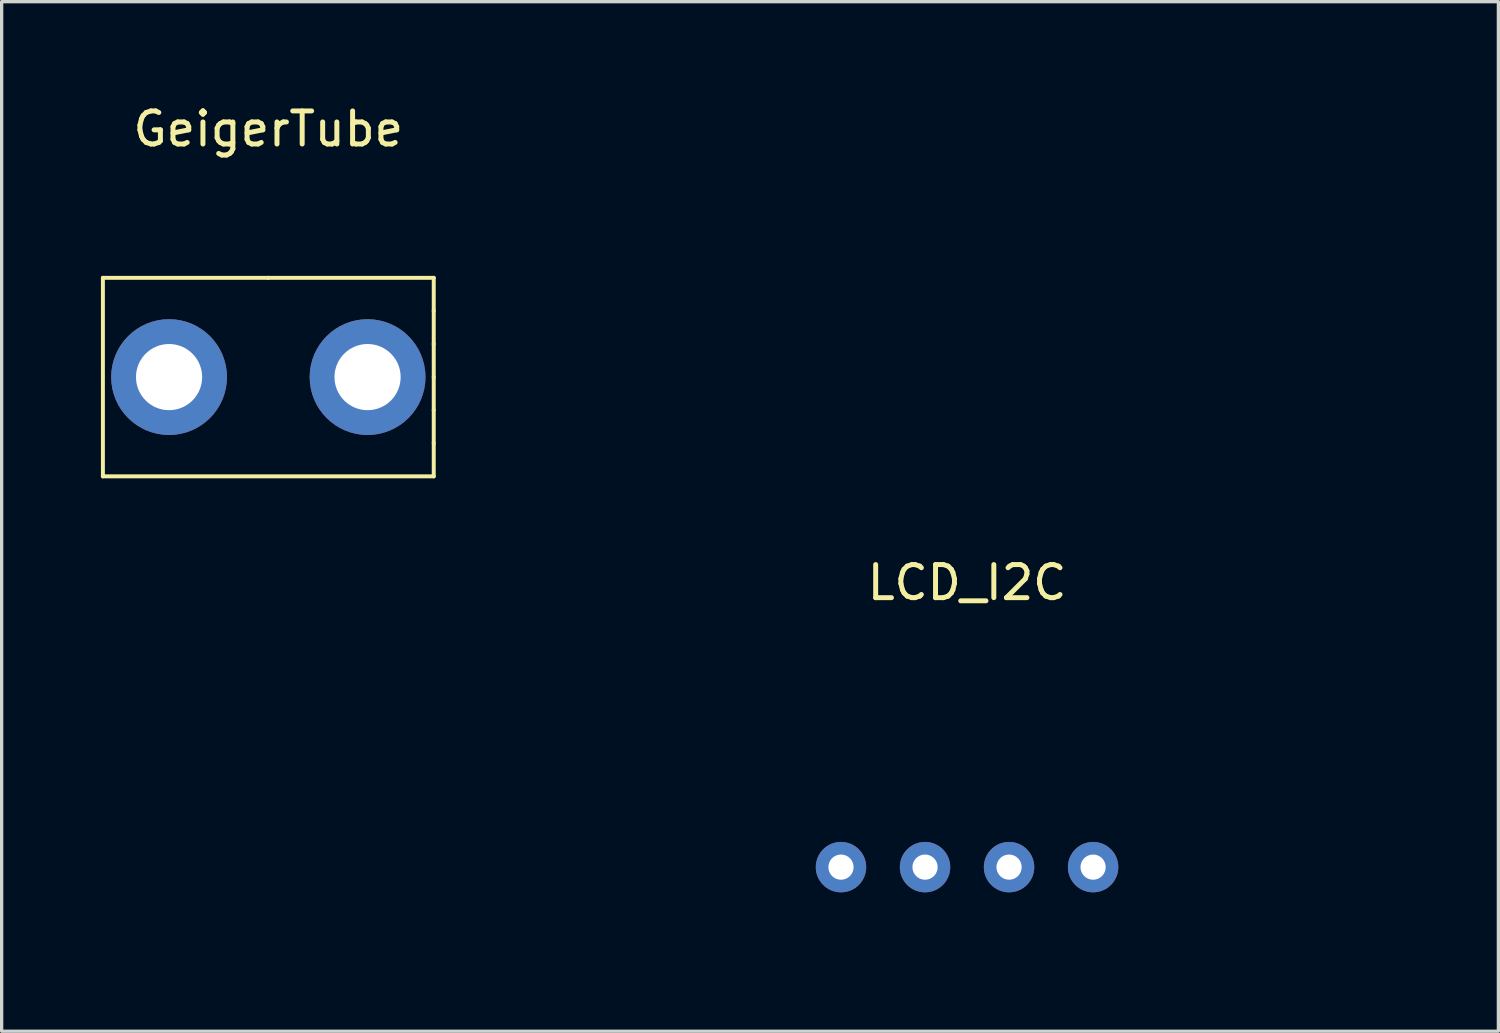
<source format=kicad_pcb>
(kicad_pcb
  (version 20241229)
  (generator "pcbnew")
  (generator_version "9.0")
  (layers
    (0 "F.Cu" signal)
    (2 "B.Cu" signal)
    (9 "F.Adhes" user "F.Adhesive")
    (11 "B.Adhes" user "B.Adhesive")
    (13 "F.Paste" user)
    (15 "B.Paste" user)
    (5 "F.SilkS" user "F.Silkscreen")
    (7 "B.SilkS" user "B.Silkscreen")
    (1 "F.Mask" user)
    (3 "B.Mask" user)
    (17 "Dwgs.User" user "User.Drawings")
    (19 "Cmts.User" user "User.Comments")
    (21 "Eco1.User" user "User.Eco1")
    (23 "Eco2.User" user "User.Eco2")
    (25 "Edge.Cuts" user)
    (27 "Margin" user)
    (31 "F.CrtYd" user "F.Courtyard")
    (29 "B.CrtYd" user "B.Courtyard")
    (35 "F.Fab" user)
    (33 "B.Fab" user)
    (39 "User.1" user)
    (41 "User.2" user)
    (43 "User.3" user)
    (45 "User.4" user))
  (footprint "LCD_I2C"
    (layer "F.Cu")
    (at 26.18 15.06)
    (property "Reference" "LCD_I2C" (at 0 -0.5 0) (layer "F.SilkS") (effects (font (size 1 1) (thickness 0.15))))
    (attr through_hole)
    (fp_line (start -13 -10) (end -13 -15) (stroke (width 0.12) (type solid)) (layer "F.Paste"))
    (fp_line (start -13 0) (end -13 -10) (stroke (width 0.12) (type solid)) (layer "F.Paste"))
    (fp_line (start -13 10) (end -13 0) (stroke (width 0.12) (type solid)) (layer "F.Paste"))
    (fp_line (start -12 10) (end -13 10) (stroke (width 0.12) (type solid)) (layer "F.Paste"))
    (fp_line (start -11 10) (end -12 10) (stroke (width 0.12) (type solid)) (layer "F.Paste"))
    (fp_line (start -10 10) (end -11 10) (stroke (width 0.12) (type solid)) (layer "F.Paste"))
    (fp_line (start -9 10) (end -10 10) (stroke (width 0.12) (type solid)) (layer "F.Paste"))
    (fp_line (start -8 10) (end -9 10) (stroke (width 0.12) (type solid)) (layer "F.Paste"))
    (fp_line (start -7 10) (end -8 10) (stroke (width 0.12) (type solid)) (layer "F.Paste"))
    (fp_line (start -6 10) (end -7 10) (stroke (width 0.12) (type solid)) (layer "F.Paste"))
    (fp_line (start -5 10) (end -6 10) (stroke (width 0.12) (type solid)) (layer "F.Paste"))
    (fp_line (start -4 10) (end -5 10) (stroke (width 0.12) (type solid)) (layer "F.Paste"))
    (fp_line (start -3 10) (end -4 10) (stroke (width 0.12) (type solid)) (layer "F.Paste"))
    (fp_line (start -2 10) (end -3 10) (stroke (width 0.12) (type solid)) (layer "F.Paste"))
    (fp_line (start -1 10) (end -2 10) (stroke (width 0.12) (type solid)) (layer "F.Paste"))
    (fp_line (start 0 10) (end -1 10) (stroke (width 0.12) (type solid)) (layer "F.Paste"))
    (fp_line (start 0 10) (end 13 10) (stroke (width 0.12) (type solid)) (layer "F.Paste"))
    (fp_line (start 13 -15) (end -13 -15) (stroke (width 0.12) (type solid)) (layer "F.Paste"))
    (fp_line (start 13 10) (end 13 -15) (stroke (width 0.12) (type solid)) (layer "F.Paste"))
    (pad "1" thru_hole circle (at -3.81 8.1) (size 1.524 1.524) (drill 0.762) (layers "*.Cu" "*.Mask"))
    (pad "2" thru_hole circle (at -1.27 8.1) (size 1.524 1.524) (drill 0.762) (layers "*.Cu" "*.Mask"))
    (pad "3" thru_hole circle (at 1.27 8.1) (size 1.524 1.524) (drill 0.762) (layers "*.Cu" "*.Mask"))
    (pad "4" thru_hole circle (at 3.81 8.1) (size 1.524 1.524) (drill 0.762) (layers "*.Cu" "*.Mask")))
  (footprint "GeigerTube"
    (layer "F.Cu")
    (at 5.06 0.348)
    (property "Reference" "GeigerTube" (at 0 0.5 0) (layer "F.SilkS") (effects (font (size 1 1) (thickness 0.15))))
    (attr through_hole)
    (fp_line (start -5 5) (end 0 5) (stroke (width 0.12) (type solid)) (layer "F.SilkS"))
    (fp_line (start -5 11) (end -5 5) (stroke (width 0.12) (type solid)) (layer "F.SilkS"))
    (fp_line (start 0 5) (end 5 5) (stroke (width 0.12) (type solid)) (layer "F.SilkS"))
    (fp_line (start 5 5) (end 5 6) (stroke (width 0.12) (type solid)) (layer "F.SilkS"))
    (fp_line (start 5 6) (end 5 7) (stroke (width 0.12) (type solid)) (layer "F.SilkS"))
    (fp_line (start 5 7) (end 5 8) (stroke (width 0.12) (type solid)) (layer "F.SilkS"))
    (fp_line (start 5 8) (end 5 9) (stroke (width 0.12) (type solid)) (layer "F.SilkS"))
    (fp_line (start 5 9) (end 5 10) (stroke (width 0.12) (type solid)) (layer "F.SilkS"))
    (fp_line (start 5 10) (end 5 11) (stroke (width 0.12) (type solid)) (layer "F.SilkS"))
    (fp_line (start 5 11) (end -5 11) (stroke (width 0.12) (type solid)) (layer "F.SilkS"))
    (pad "1" thru_hole circle (at -3 8) (size 3.5 3.5) (drill 2) (layers "*.Cu" "*.Mask"))
    (pad "1" thru_hole circle (at 3 8) (size 3.5 3.5) (drill 2) (layers "*.Cu" "*.Mask")))
  (gr_rect
    (start -3 -3)
    (end 42.24 28.12)
    (stroke (width 0.1) (type default))
    (fill no)
    (layer "Edge.Cuts")))
</source>
